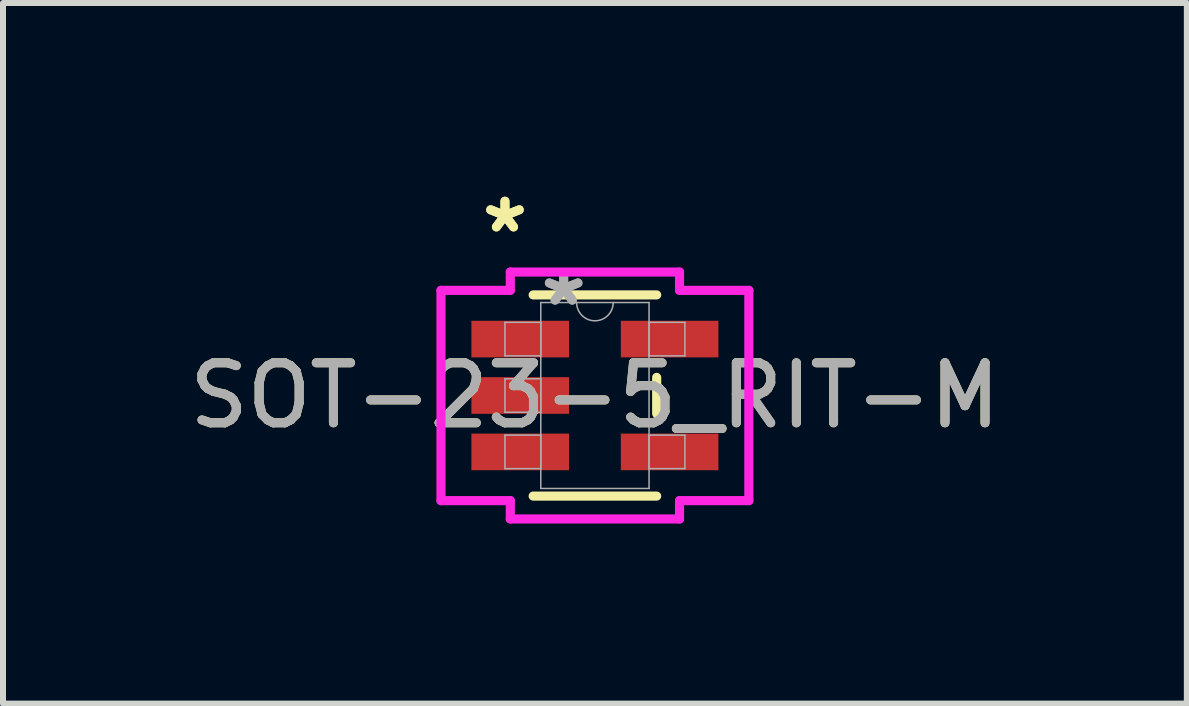
<source format=kicad_pcb>
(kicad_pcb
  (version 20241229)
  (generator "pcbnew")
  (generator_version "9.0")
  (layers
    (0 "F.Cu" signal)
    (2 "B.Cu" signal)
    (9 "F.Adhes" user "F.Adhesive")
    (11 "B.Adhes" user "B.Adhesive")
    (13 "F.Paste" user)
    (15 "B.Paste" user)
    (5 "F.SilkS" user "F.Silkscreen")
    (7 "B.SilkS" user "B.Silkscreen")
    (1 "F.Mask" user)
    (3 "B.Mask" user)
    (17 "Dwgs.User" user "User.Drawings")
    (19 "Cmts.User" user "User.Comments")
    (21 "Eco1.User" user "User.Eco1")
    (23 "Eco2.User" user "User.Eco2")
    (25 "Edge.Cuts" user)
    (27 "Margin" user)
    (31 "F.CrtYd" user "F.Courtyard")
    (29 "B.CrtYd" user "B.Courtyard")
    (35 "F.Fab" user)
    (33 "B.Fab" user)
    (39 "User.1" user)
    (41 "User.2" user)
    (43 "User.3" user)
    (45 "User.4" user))
  (footprint "SOT-23-5_RIT-M"
    (layer "F.Cu")
    (at 6.863 3.54)
    (property "Reference" "SOT-23-5_RIT-M" (at 0 0 0) (unlocked yes) (layer "F.SilkS") (effects (font (size 1 1) (thickness 0.15))))
    (attr smd)
    (fp_line (start -1.029 1.676) (end 1.029 1.676) (stroke (width 0.152) (type solid)) (layer "F.SilkS"))
    (fp_line (start 1.029 -1.676) (end -1.029 -1.676) (stroke (width 0.152) (type solid)) (layer "F.SilkS"))
    (fp_line (start 1.029 0.302) (end 1.029 -0.302) (stroke (width 0.152) (type solid)) (layer "F.SilkS"))
    (fp_line (start -2.565 -1.752) (end -1.41 -1.752) (stroke (width 0.152) (type solid)) (layer "F.CrtYd"))
    (fp_line (start -2.565 1.752) (end -2.565 -1.752) (stroke (width 0.152) (type solid)) (layer "F.CrtYd"))
    (fp_line (start -2.565 1.752) (end -1.41 1.752) (stroke (width 0.152) (type solid)) (layer "F.CrtYd"))
    (fp_line (start -1.41 -2.057) (end 1.41 -2.057) (stroke (width 0.152) (type solid)) (layer "F.CrtYd"))
    (fp_line (start -1.41 -1.752) (end -1.41 -2.057) (stroke (width 0.152) (type solid)) (layer "F.CrtYd"))
    (fp_line (start -1.41 2.057) (end -1.41 1.752) (stroke (width 0.152) (type solid)) (layer "F.CrtYd"))
    (fp_line (start 1.41 -2.057) (end 1.41 -1.752) (stroke (width 0.152) (type solid)) (layer "F.CrtYd"))
    (fp_line (start 1.41 1.752) (end 1.41 2.057) (stroke (width 0.152) (type solid)) (layer "F.CrtYd"))
    (fp_line (start 1.41 2.057) (end -1.41 2.057) (stroke (width 0.152) (type solid)) (layer "F.CrtYd"))
    (fp_line (start 2.565 -1.752) (end 1.41 -1.752) (stroke (width 0.152) (type solid)) (layer "F.CrtYd"))
    (fp_line (start 2.565 -1.752) (end 2.565 1.752) (stroke (width 0.152) (type solid)) (layer "F.CrtYd"))
    (fp_line (start 2.565 1.752) (end 1.41 1.752) (stroke (width 0.152) (type solid)) (layer "F.CrtYd"))
    (fp_line (start -1.499 -1.219) (end -1.499 -0.66) (stroke (width 0.025) (type solid)) (layer "F.Fab"))
    (fp_line (start -1.499 -0.66) (end -0.902 -0.66) (stroke (width 0.025) (type solid)) (layer "F.Fab"))
    (fp_line (start -1.499 -0.279) (end -1.499 0.279) (stroke (width 0.025) (type solid)) (layer "F.Fab"))
    (fp_line (start -1.499 0.279) (end -0.902 0.279) (stroke (width 0.025) (type solid)) (layer "F.Fab"))
    (fp_line (start -1.499 0.66) (end -1.499 1.219) (stroke (width 0.025) (type solid)) (layer "F.Fab"))
    (fp_line (start -1.499 1.219) (end -0.902 1.219) (stroke (width 0.025) (type solid)) (layer "F.Fab"))
    (fp_line (start -0.902 -1.549) (end -0.902 1.549) (stroke (width 0.025) (type solid)) (layer "F.Fab"))
    (fp_line (start -0.902 -1.219) (end -1.499 -1.219) (stroke (width 0.025) (type solid)) (layer "F.Fab"))
    (fp_line (start -0.902 -0.66) (end -0.902 -1.219) (stroke (width 0.025) (type solid)) (layer "F.Fab"))
    (fp_line (start -0.902 -0.279) (end -1.499 -0.279) (stroke (width 0.025) (type solid)) (layer "F.Fab"))
    (fp_line (start -0.902 0.279) (end -0.902 -0.279) (stroke (width 0.025) (type solid)) (layer "F.Fab"))
    (fp_line (start -0.902 0.66) (end -1.499 0.66) (stroke (width 0.025) (type solid)) (layer "F.Fab"))
    (fp_line (start -0.902 1.219) (end -0.902 0.66) (stroke (width 0.025) (type solid)) (layer "F.Fab"))
    (fp_line (start -0.902 1.549) (end 0.902 1.549) (stroke (width 0.025) (type solid)) (layer "F.Fab"))
    (fp_line (start 0.902 -1.549) (end -0.902 -1.549) (stroke (width 0.025) (type solid)) (layer "F.Fab"))
    (fp_line (start 0.902 -1.219) (end 0.902 -0.66) (stroke (width 0.025) (type solid)) (layer "F.Fab"))
    (fp_line (start 0.902 -0.66) (end 1.499 -0.66) (stroke (width 0.025) (type solid)) (layer "F.Fab"))
    (fp_line (start 0.902 0.66) (end 0.902 1.219) (stroke (width 0.025) (type solid)) (layer "F.Fab"))
    (fp_line (start 0.902 1.219) (end 1.499 1.219) (stroke (width 0.025) (type solid)) (layer "F.Fab"))
    (fp_line (start 0.902 1.549) (end 0.902 -1.549) (stroke (width 0.025) (type solid)) (layer "F.Fab"))
    (fp_line (start 1.499 -1.219) (end 0.902 -1.219) (stroke (width 0.025) (type solid)) (layer "F.Fab"))
    (fp_line (start 1.499 -0.66) (end 1.499 -1.219) (stroke (width 0.025) (type solid)) (layer "F.Fab"))
    (fp_line (start 1.499 0.66) (end 0.902 0.66) (stroke (width 0.025) (type solid)) (layer "F.Fab"))
    (fp_line (start 1.499 1.219) (end 1.499 0.66) (stroke (width 0.025) (type solid)) (layer "F.Fab"))
    (fp_arc (start 0.3048 -1.5494) (mid 0 -1.2446) (end -0.3048 -1.5494) (stroke (width 0.0254) (type solid)) (layer "F.Fab"))
    (fp_text user "*" (at -1.499 -2.692 0) (unlocked yes) (layer "F.SilkS") (effects (font (size 1 1) (thickness 0.15))))
    (fp_text user "*" (at -1.499 -2.692 0) (layer "F.SilkS") (effects (font (size 1 1) (thickness 0.15))))
    (fp_text user "${REFERENCE}" (at 0 0 0) (unlocked yes) (layer "F.Fab") (effects (font (size 1 1) (thickness 0.15))))
    (fp_text user "*" (at -0.521 -1.473 0) (unlocked yes) (layer "F.Fab") (effects (font (size 1 1) (thickness 0.15))))
    (fp_text user "*" (at -0.521 -1.473 0) (layer "F.Fab") (effects (font (size 1 1) (thickness 0.15))))
    (pad "1" smd rect (at -1.245 -0.94) (size 1.626 0.61) (layers "F.Cu" "F.Mask" "F.Paste"))
    (pad "2" smd rect (at -1.245 0) (size 1.626 0.61) (layers "F.Cu" "F.Mask" "F.Paste"))
    (pad "3" smd rect (at -1.245 0.94) (size 1.626 0.61) (layers "F.Cu" "F.Mask" "F.Paste"))
    (pad "4" smd rect (at 1.245 0.94) (size 1.626 0.61) (layers "F.Cu" "F.Mask" "F.Paste"))
    (pad "5" smd rect (at 1.245 -0.94) (size 1.626 0.61) (layers "F.Cu" "F.Mask" "F.Paste")))
  (gr_rect
    (start -3 -3)
    (end 16.726 8.674)
    (stroke (width 0.1) (type default))
    (fill no)
    (layer "Edge.Cuts")))
</source>
